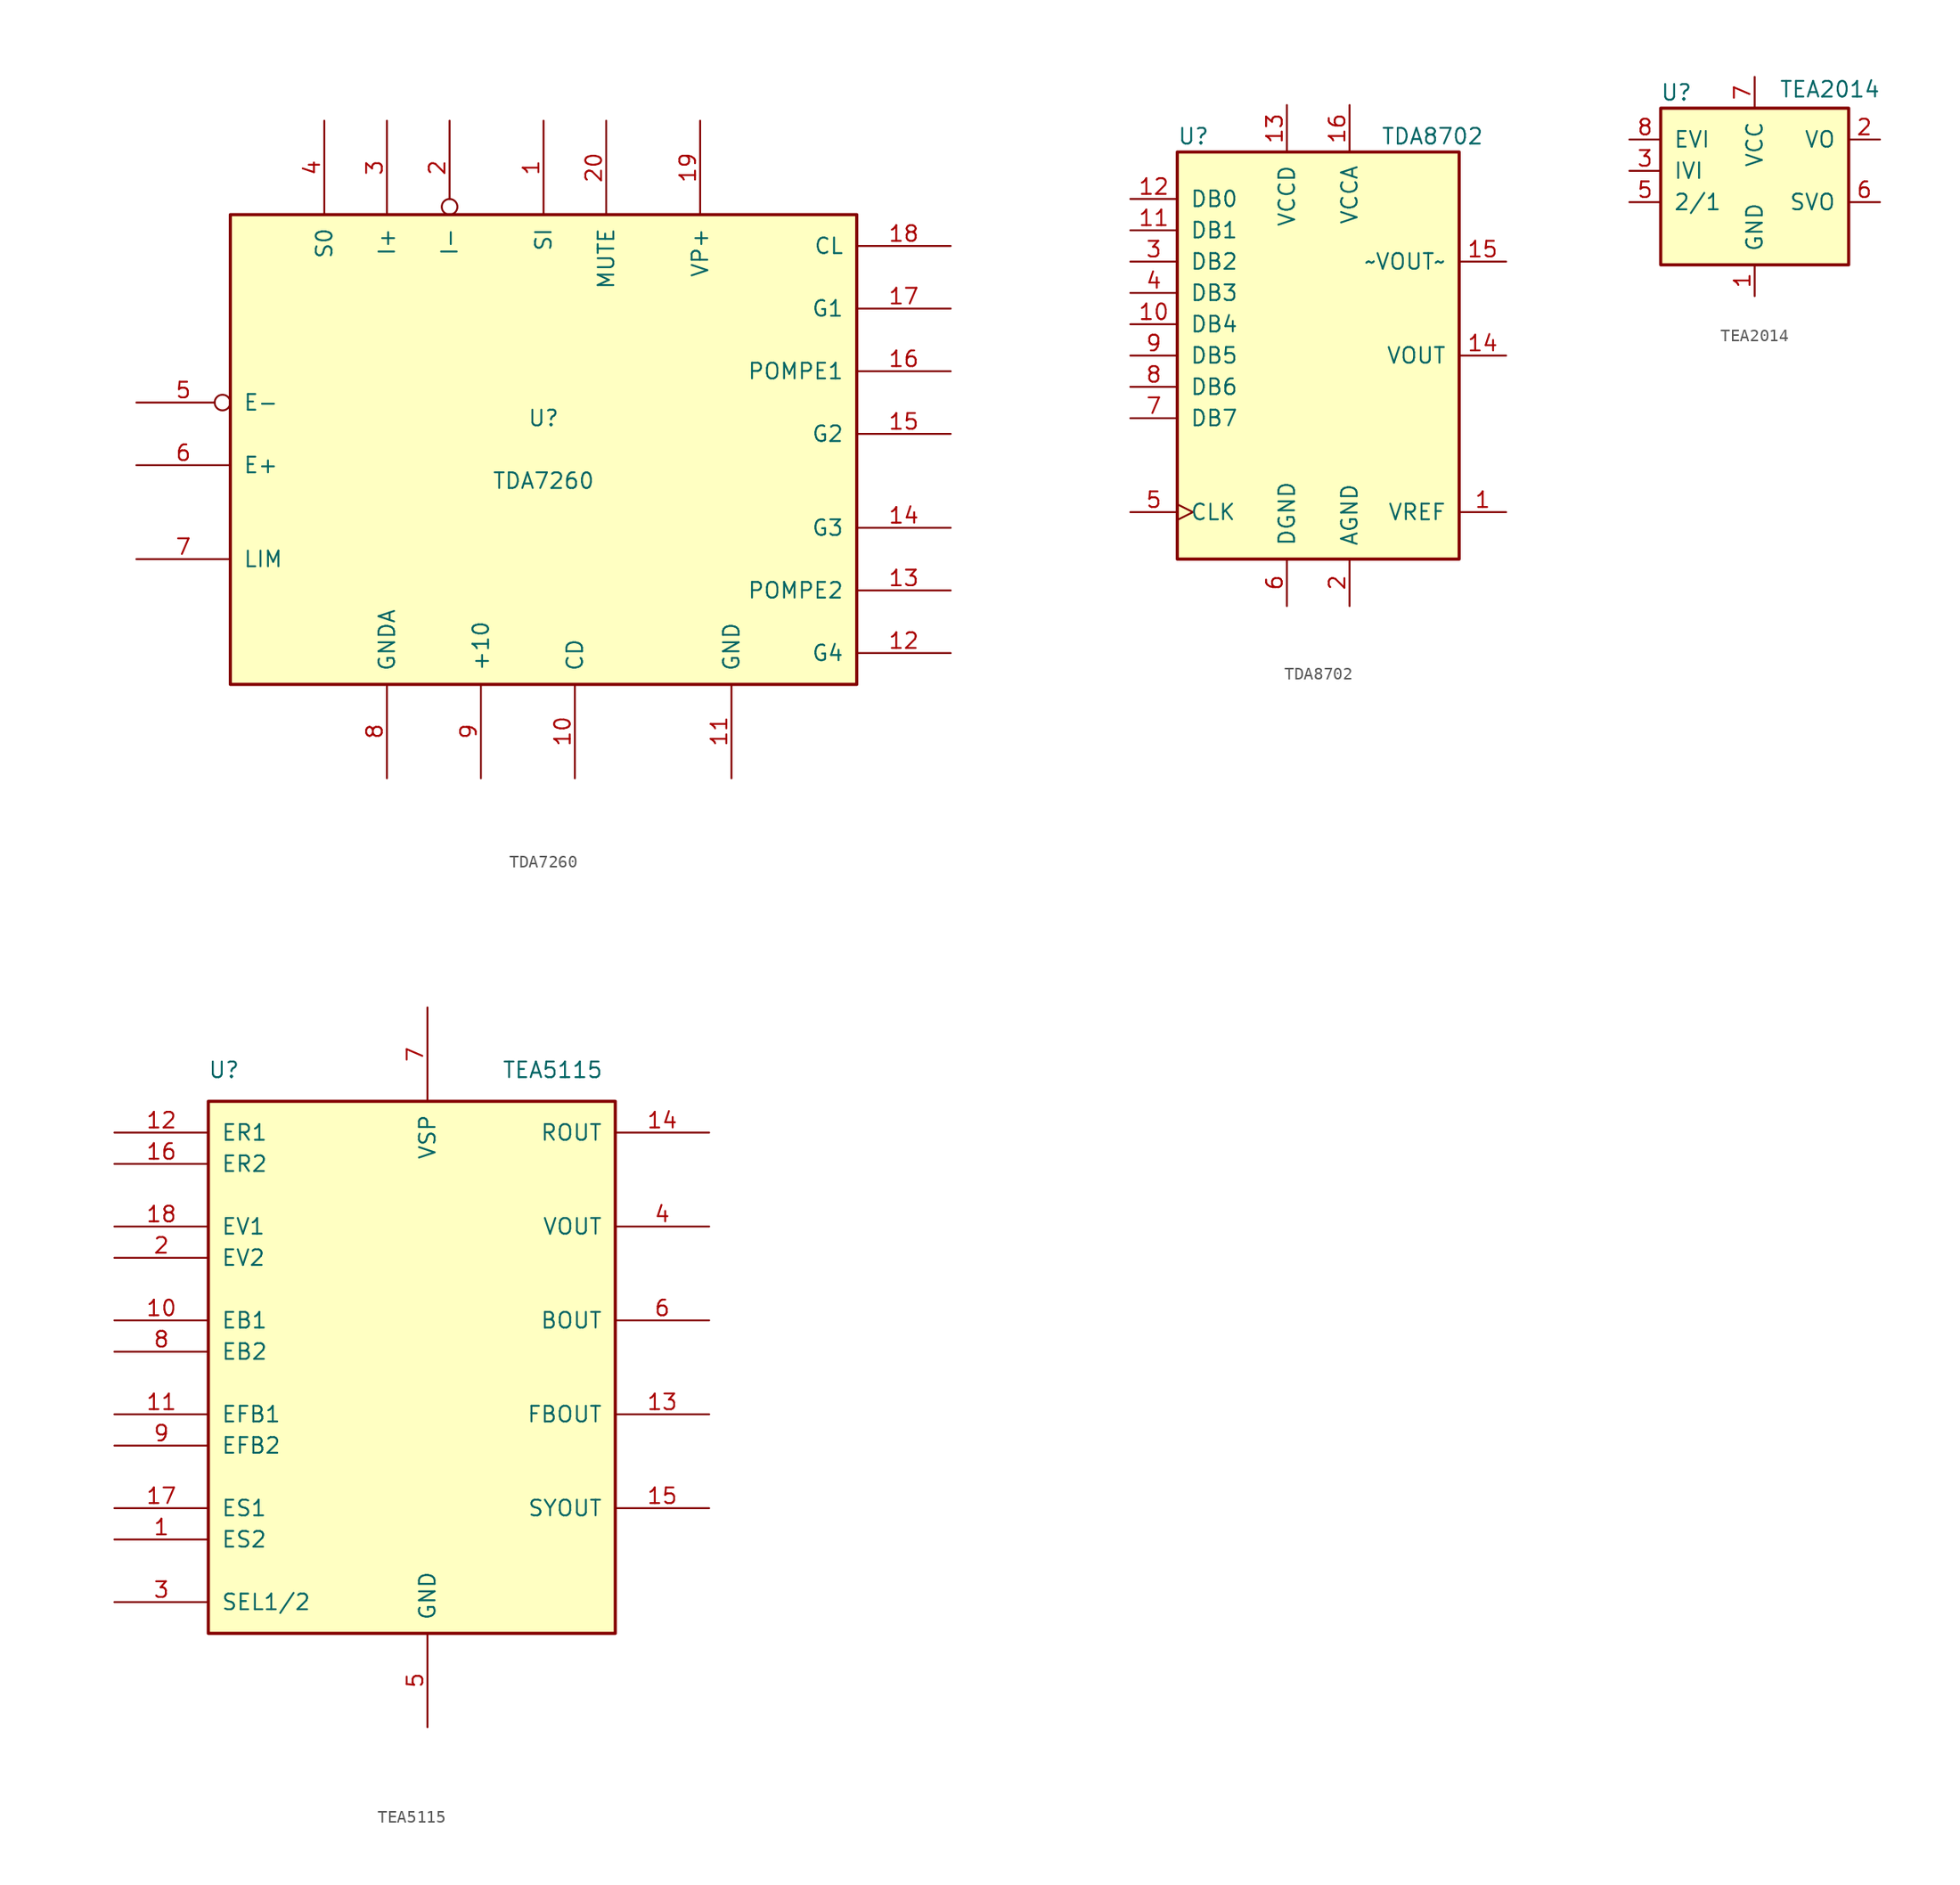
<source format=kicad_sym>
(kicad_symbol_lib
  (version 20220914)
  (generator kicad_symbol_editor)
  (symbol "TDA7260"
    (pin_names
      (offset 1.016))
    (property "Reference" "U"
      (at 0 2.54 0)
      (effects (font (size 1.27 1.27))))
    (property "Value" "TDA7260"
      (at 0 -2.54 0)
      (effects (font (size 1.27 1.27))))
    (symbol "TDA7260_0_1"
      (rectangle (start -25.4 -19.05) (end 25.4 19.05) (stroke (width 0.254) (type default)) (fill (type background))))
    (symbol "TDA7260_1_1"
      (pin output line (at 0 26.67 270) (length 7.62) (name "SI" (effects (font (size 1.27 1.27)))) (number "1" (effects (font (size 1.27 1.27)))))
      (pin input line (at 2.54 -26.67 90) (length 7.62) (name "CD" (effects (font (size 1.27 1.27)))) (number "10" (effects (font (size 1.27 1.27)))))
      (pin power_in line (at 15.24 -26.67 90) (length 7.62) (name "GND" (effects (font (size 1.27 1.27)))) (number "11" (effects (font (size 1.27 1.27)))))
      (pin output line (at 33.02 -16.51 180) (length 7.62) (name "G4" (effects (font (size 1.27 1.27)))) (number "12" (effects (font (size 1.27 1.27)))))
      (pin input line (at 33.02 -11.43 180) (length 7.62) (name "POMPE2" (effects (font (size 1.27 1.27)))) (number "13" (effects (font (size 1.27 1.27)))))
      (pin output line (at 33.02 -6.35 180) (length 7.62) (name "G3" (effects (font (size 1.27 1.27)))) (number "14" (effects (font (size 1.27 1.27)))))
      (pin output line (at 33.02 1.27 180) (length 7.62) (name "G2" (effects (font (size 1.27 1.27)))) (number "15" (effects (font (size 1.27 1.27)))))
      (pin input line (at 33.02 6.35 180) (length 7.62) (name "POMPE1" (effects (font (size 1.27 1.27)))) (number "16" (effects (font (size 1.27 1.27)))))
      (pin output line (at 33.02 11.43 180) (length 7.62) (name "G1" (effects (font (size 1.27 1.27)))) (number "17" (effects (font (size 1.27 1.27)))))
      (pin input line (at 33.02 16.51 180) (length 7.62) (name "CL" (effects (font (size 1.27 1.27)))) (number "18" (effects (font (size 1.27 1.27)))))
      (pin input line (at 12.7 26.67 270) (length 7.62) (name "VP+" (effects (font (size 1.27 1.27)))) (number "19" (effects (font (size 1.27 1.27)))))
      (pin input inverted (at -7.62 26.67 270) (length 7.62) (name "I-" (effects (font (size 1.27 1.27)))) (number "2" (effects (font (size 1.27 1.27)))))
      (pin input line (at 5.08 26.67 270) (length 7.62) (name "MUTE" (effects (font (size 1.27 1.27)))) (number "20" (effects (font (size 1.27 1.27)))))
      (pin input line (at -12.7 26.67 270) (length 7.62) (name "I+" (effects (font (size 1.27 1.27)))) (number "3" (effects (font (size 1.27 1.27)))))
      (pin output line (at -17.78 26.67 270) (length 7.62) (name "S0" (effects (font (size 1.27 1.27)))) (number "4" (effects (font (size 1.27 1.27)))))
      (pin input inverted (at -33.02 3.81 0) (length 7.62) (name "E-" (effects (font (size 1.27 1.27)))) (number "5" (effects (font (size 1.27 1.27)))))
      (pin input line (at -33.02 -1.27 0) (length 7.62) (name "E+" (effects (font (size 1.27 1.27)))) (number "6" (effects (font (size 1.27 1.27)))))
      (pin output line (at -33.02 -8.89 0) (length 7.62) (name "LIM" (effects (font (size 1.27 1.27)))) (number "7" (effects (font (size 1.27 1.27)))))
      (pin power_in line (at -12.7 -26.67 90) (length 7.62) (name "GNDA" (effects (font (size 1.27 1.27)))) (number "8" (effects (font (size 1.27 1.27)))))
      (pin output line (at -5.08 -26.67 90) (length 7.62) (name "+10" (effects (font (size 1.27 1.27)))) (number "9" (effects (font (size 1.27 1.27)))))))
  (symbol "TDA8702"
    (pin_names
      (offset 1.016))
    (property "Reference" "U"
      (at -11.43 17.78 0)
      (effects (font (size 1.27 1.27)) (justify left)))
    (property "Value" "TDA8702"
      (at 5.08 17.78 0)
      (effects (font (size 1.27 1.27)) (justify left)))
    (symbol "TDA8702_0_1"
      (rectangle (start -11.43 16.51) (end 11.43 -16.51) (stroke (width 0.254) (type default)) (fill (type background))))
    (symbol "TDA8702_1_1"
      (pin bidirectional line (at 15.24 -12.7 180) (length 3.81) (name "VREF" (effects (font (size 1.27 1.27)))) (number "1" (effects (font (size 1.27 1.27)))))
      (pin input line (at -15.24 2.54 0) (length 3.81) (name "DB4" (effects (font (size 1.27 1.27)))) (number "10" (effects (font (size 1.27 1.27)))))
      (pin input line (at -15.24 10.16 0) (length 3.81) (name "DB1" (effects (font (size 1.27 1.27)))) (number "11" (effects (font (size 1.27 1.27)))))
      (pin input line (at -15.24 12.7 0) (length 3.81) (name "DB0" (effects (font (size 1.27 1.27)))) (number "12" (effects (font (size 1.27 1.27)))))
      (pin power_in line (at -2.54 20.32 270) (length 3.81) (name "VCCD" (effects (font (size 1.27 1.27)))) (number "13" (effects (font (size 1.27 1.27)))))
      (pin output line (at 15.24 0 180) (length 3.81) (name "VOUT" (effects (font (size 1.27 1.27)))) (number "14" (effects (font (size 1.27 1.27)))))
      (pin output line (at 15.24 7.62 180) (length 3.81) (name "~VOUT~" (effects (font (size 1.27 1.27)))) (number "15" (effects (font (size 1.27 1.27)))))
      (pin power_in line (at 2.54 20.32 270) (length 3.81) (name "VCCA" (effects (font (size 1.27 1.27)))) (number "16" (effects (font (size 1.27 1.27)))))
      (pin power_in line (at 2.54 -20.32 90) (length 3.81) (name "AGND" (effects (font (size 1.27 1.27)))) (number "2" (effects (font (size 1.27 1.27)))))
      (pin input line (at -15.24 7.62 0) (length 3.81) (name "DB2" (effects (font (size 1.27 1.27)))) (number "3" (effects (font (size 1.27 1.27)))))
      (pin input line (at -15.24 5.08 0) (length 3.81) (name "DB3" (effects (font (size 1.27 1.27)))) (number "4" (effects (font (size 1.27 1.27)))))
      (pin input clock (at -15.24 -12.7 0) (length 3.81) (name "CLK" (effects (font (size 1.27 1.27)))) (number "5" (effects (font (size 1.27 1.27)))))
      (pin power_in line (at -2.54 -20.32 90) (length 3.81) (name "DGND" (effects (font (size 1.27 1.27)))) (number "6" (effects (font (size 1.27 1.27)))))
      (pin input line (at -15.24 -5.08 0) (length 3.81) (name "DB7" (effects (font (size 1.27 1.27)))) (number "7" (effects (font (size 1.27 1.27)))))
      (pin input line (at -15.24 -2.54 0) (length 3.81) (name "DB6" (effects (font (size 1.27 1.27)))) (number "8" (effects (font (size 1.27 1.27)))))
      (pin input line (at -15.24 0 0) (length 3.81) (name "DB5" (effects (font (size 1.27 1.27)))) (number "9" (effects (font (size 1.27 1.27)))))))
  (symbol "TEA2014"
    (pin_names
      (offset 1.016))
    (property "Reference" "U"
      (at -6.35 6.35 0)
      (effects (font (size 1.27 1.27))))
    (property "Value" "TEA2014"
      (at 6.096 6.604 0)
      (effects (font (size 1.27 1.27))))
    (symbol "TEA2014_0_1"
      (rectangle (start -7.62 5.08) (end 7.62 -7.62) (stroke (width 0.254) (type default)) (fill (type background))))
    (symbol "TEA2014_1_1"
      (pin power_in line (at 0 -10.16 90) (length 2.54) (name "GND" (effects (font (size 1.27 1.27)))) (number "1" (effects (font (size 1.27 1.27)))))
      (pin output line (at 10.16 2.54 180) (length 2.54) (name "VO" (effects (font (size 1.27 1.27)))) (number "2" (effects (font (size 1.27 1.27)))))
      (pin input line (at -10.16 0 0) (length 2.54) (name "IVI" (effects (font (size 1.27 1.27)))) (number "3" (effects (font (size 1.27 1.27)))))
      (pin no_connect line (at 7.62 0 180) (length 2.54) hide (name "NC" (effects (font (size 1.27 1.27)))) (number "4" (effects (font (size 1.27 1.27)))))
      (pin input line (at -10.16 -2.54 0) (length 2.54) (name "2/1" (effects (font (size 1.27 1.27)))) (number "5" (effects (font (size 1.27 1.27)))))
      (pin output line (at 10.16 -2.54 180) (length 2.54) (name "SVO" (effects (font (size 1.27 1.27)))) (number "6" (effects (font (size 1.27 1.27)))))
      (pin power_in line (at 0 7.62 270) (length 2.54) (name "VCC" (effects (font (size 1.27 1.27)))) (number "7" (effects (font (size 1.27 1.27)))))
      (pin input line (at -10.16 2.54 0) (length 2.54) (name "EVI" (effects (font (size 1.27 1.27)))) (number "8" (effects (font (size 1.27 1.27)))))))
  (symbol "TEA5115"
    (pin_names
      (offset 1.016))
    (property "Reference" "U"
      (at -16.51 22.86 0)
      (effects (font (size 1.27 1.27))))
    (property "Value" "TEA5115"
      (at 10.16 22.86 0)
      (effects (font (size 1.27 1.27))))
    (symbol "TEA5115_0_1"
      (rectangle (start -17.78 -22.86) (end 15.24 20.32) (stroke (width 0.254) (type default)) (fill (type background))))
    (symbol "TEA5115_1_1"
      (pin input line (at -25.4 -15.24 0) (length 7.62) (name "ES2" (effects (font (size 1.27 1.27)))) (number "1" (effects (font (size 1.27 1.27)))))
      (pin input line (at -25.4 2.54 0) (length 7.62) (name "EB1" (effects (font (size 1.27 1.27)))) (number "10" (effects (font (size 1.27 1.27)))))
      (pin input line (at -25.4 -5.08 0) (length 7.62) (name "EFB1" (effects (font (size 1.27 1.27)))) (number "11" (effects (font (size 1.27 1.27)))))
      (pin input line (at -25.4 17.78 0) (length 7.62) (name "ER1" (effects (font (size 1.27 1.27)))) (number "12" (effects (font (size 1.27 1.27)))))
      (pin output line (at 22.86 -5.08 180) (length 7.62) (name "FBOUT" (effects (font (size 1.27 1.27)))) (number "13" (effects (font (size 1.27 1.27)))))
      (pin output line (at 22.86 17.78 180) (length 7.62) (name "ROUT" (effects (font (size 1.27 1.27)))) (number "14" (effects (font (size 1.27 1.27)))))
      (pin output line (at 22.86 -12.7 180) (length 7.62) (name "SYOUT" (effects (font (size 1.27 1.27)))) (number "15" (effects (font (size 1.27 1.27)))))
      (pin input line (at -25.4 15.24 0) (length 7.62) (name "ER2" (effects (font (size 1.27 1.27)))) (number "16" (effects (font (size 1.27 1.27)))))
      (pin input line (at -25.4 -12.7 0) (length 7.62) (name "ES1" (effects (font (size 1.27 1.27)))) (number "17" (effects (font (size 1.27 1.27)))))
      (pin input line (at -25.4 10.16 0) (length 7.62) (name "EV1" (effects (font (size 1.27 1.27)))) (number "18" (effects (font (size 1.27 1.27)))))
      (pin input line (at -25.4 7.62 0) (length 7.62) (name "EV2" (effects (font (size 1.27 1.27)))) (number "2" (effects (font (size 1.27 1.27)))))
      (pin input line (at -25.4 -20.32 0) (length 7.62) (name "SEL1/2" (effects (font (size 1.27 1.27)))) (number "3" (effects (font (size 1.27 1.27)))))
      (pin output line (at 22.86 10.16 180) (length 7.62) (name "VOUT" (effects (font (size 1.27 1.27)))) (number "4" (effects (font (size 1.27 1.27)))))
      (pin power_in line (at 0 -30.48 90) (length 7.62) (name "GND" (effects (font (size 1.27 1.27)))) (number "5" (effects (font (size 1.27 1.27)))))
      (pin output line (at 22.86 2.54 180) (length 7.62) (name "BOUT" (effects (font (size 1.27 1.27)))) (number "6" (effects (font (size 1.27 1.27)))))
      (pin input line (at 0 27.94 270) (length 7.62) (name "VSP" (effects (font (size 1.27 1.27)))) (number "7" (effects (font (size 1.27 1.27)))))
      (pin input line (at -25.4 0 0) (length 7.62) (name "EB2" (effects (font (size 1.27 1.27)))) (number "8" (effects (font (size 1.27 1.27)))))
      (pin input line (at -25.4 -7.62 0) (length 7.62) (name "EFB2" (effects (font (size 1.27 1.27)))) (number "9" (effects (font (size 1.27 1.27))))))))
</source>
